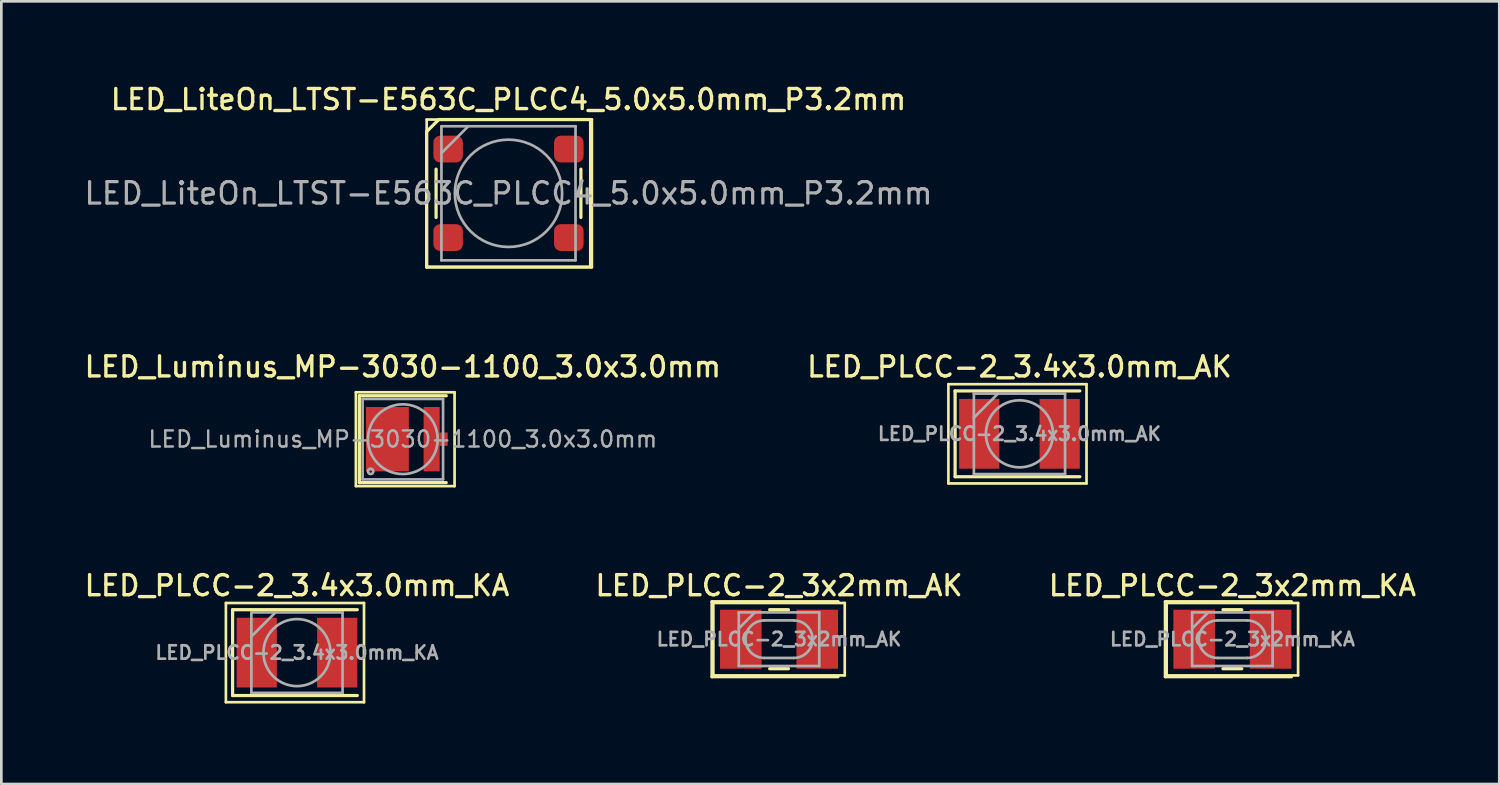
<source format=kicad_pcb>
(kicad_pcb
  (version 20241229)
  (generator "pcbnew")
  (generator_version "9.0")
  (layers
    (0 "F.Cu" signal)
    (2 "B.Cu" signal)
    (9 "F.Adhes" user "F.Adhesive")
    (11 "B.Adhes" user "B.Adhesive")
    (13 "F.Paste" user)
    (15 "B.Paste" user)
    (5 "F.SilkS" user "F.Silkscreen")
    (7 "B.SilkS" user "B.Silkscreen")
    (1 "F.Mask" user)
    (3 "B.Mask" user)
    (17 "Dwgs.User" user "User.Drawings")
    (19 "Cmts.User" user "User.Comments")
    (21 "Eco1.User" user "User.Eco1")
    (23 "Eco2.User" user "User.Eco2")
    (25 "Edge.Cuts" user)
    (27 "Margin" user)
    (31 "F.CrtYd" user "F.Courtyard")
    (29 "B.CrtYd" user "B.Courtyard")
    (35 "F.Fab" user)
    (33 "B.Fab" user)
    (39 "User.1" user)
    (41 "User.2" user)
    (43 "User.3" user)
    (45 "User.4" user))
  (footprint "LED_PLCC-2_3.4x3.0mm_KA"
    (layer "F.Cu")
    (at 8.023 21.284)
    (property "Reference" "LED_PLCC-2_3.4x3.0mm_KA" (at 0 -2.5 0) (layer "F.SilkS") (effects (font (size 0.75 0.75) (thickness 0.125))))
    (attr smd)
    (fp_line (start -2.65 -1.85) (end 2.5 -1.85) (stroke (width 0.1) (type solid)) (layer "F.SilkS"))
    (fp_line (start -2.65 1.85) (end -2.65 -1.85) (stroke (width 0.1) (type solid)) (layer "F.SilkS"))
    (fp_line (start -2.4 -1.6) (end -2.4 1.6) (stroke (width 0.12) (type solid)) (layer "F.SilkS"))
    (fp_line (start 2.25 -1.6) (end -2.4 -1.6) (stroke (width 0.12) (type solid)) (layer "F.SilkS"))
    (fp_line (start 2.25 1.6) (end -2.4 1.6) (stroke (width 0.12) (type solid)) (layer "F.SilkS"))
    (fp_line (start 2.5 -1.85) (end 2.5 1.85) (stroke (width 0.1) (type solid)) (layer "F.SilkS"))
    (fp_line (start 2.5 1.85) (end -2.65 1.85) (stroke (width 0.1) (type solid)) (layer "F.SilkS"))
    (fp_line (start -1.7 -1.5) (end -1.7 1.5) (stroke (width 0.1) (type solid)) (layer "F.Fab"))
    (fp_line (start -1.7 -0.6) (end -0.8 -1.5) (stroke (width 0.1) (type solid)) (layer "F.Fab"))
    (fp_line (start -1.7 1.5) (end 1.7 1.5) (stroke (width 0.1) (type solid)) (layer "F.Fab"))
    (fp_line (start 1.7 -1.5) (end -1.7 -1.5) (stroke (width 0.1) (type solid)) (layer "F.Fab"))
    (fp_line (start 1.7 1.5) (end 1.7 -1.5) (stroke (width 0.1) (type solid)) (layer "F.Fab"))
    (fp_circle (center 0 0) (end 0 -1.25) (stroke (width 0.1) (type solid)) (fill no) (layer "F.Fab"))
    (fp_text user "${REFERENCE}" (at 0 0 0) (layer "F.Fab") (effects (font (size 0.5 0.5) (thickness 0.1))))
    (pad "1" smd rect (at -1.5 0) (size 1.5 2.6) (layers "F.Cu" "F.Mask" "F.Paste"))
    (pad "2" smd rect (at 1.5 0) (size 1.5 2.6) (layers "F.Cu" "F.Mask" "F.Paste")))
  (footprint "LED_PLCC-2_3x2mm_KA"
    (layer "F.Cu")
    (at 42.902 20.784)
    (property "Reference" "LED_PLCC-2_3x2mm_KA" (at 0 -2 0) (layer "F.SilkS") (effects (font (size 0.75 0.75) (thickness 0.125))))
    (attr smd)
    (fp_line (start -2.5 -1.4) (end -2.5 1.4) (stroke (width 0.12) (type solid)) (layer "F.SilkS"))
    (fp_line (start -2.5 1.4) (end 2.2 1.4) (stroke (width 0.12) (type solid)) (layer "F.SilkS"))
    (fp_line (start -2.45 -1.35) (end 2.45 -1.35) (stroke (width 0.1) (type solid)) (layer "F.SilkS"))
    (fp_line (start -2.45 1.35) (end -2.45 -1.35) (stroke (width 0.1) (type solid)) (layer "F.SilkS"))
    (fp_line (start 0.35 -1.1) (end -0.35 -1.1) (stroke (width 0.12) (type solid)) (layer "F.SilkS"))
    (fp_line (start 0.35 1.1) (end -0.35 1.1) (stroke (width 0.12) (type solid)) (layer "F.SilkS"))
    (fp_line (start 2.2 -1.4) (end -2.5 -1.4) (stroke (width 0.12) (type solid)) (layer "F.SilkS"))
    (fp_line (start 2.45 -1.35) (end 2.45 1.35) (stroke (width 0.1) (type solid)) (layer "F.SilkS"))
    (fp_line (start 2.45 1.35) (end -2.45 1.35) (stroke (width 0.1) (type solid)) (layer "F.SilkS"))
    (fp_line (start -1.5 -1) (end -1.5 1) (stroke (width 0.1) (type solid)) (layer "F.Fab"))
    (fp_line (start -1.5 -0.4) (end -0.9 -1) (stroke (width 0.1) (type solid)) (layer "F.Fab"))
    (fp_line (start -1.5 1) (end 1.5 1) (stroke (width 0.1) (type solid)) (layer "F.Fab"))
    (fp_line (start -0.55 -0.7) (end 0.55 -0.7) (stroke (width 0.1) (type solid)) (layer "F.Fab"))
    (fp_line (start -0.55 0.7) (end 0.55 0.7) (stroke (width 0.1) (type solid)) (layer "F.Fab"))
    (fp_line (start 1.5 -1) (end -1.5 -1) (stroke (width 0.1) (type solid)) (layer "F.Fab"))
    (fp_line (start 1.5 1) (end 1.5 -1) (stroke (width 0.1) (type solid)) (layer "F.Fab"))
    (fp_arc (start -0.55 0.7) (mid -1.25 0) (end -0.55 -0.7) (stroke (width 0.1) (type solid)) (layer "F.Fab"))
    (fp_arc (start 0.55 -0.7) (mid 1.25 0) (end 0.55 0.7) (stroke (width 0.1) (type solid)) (layer "F.Fab"))
    (fp_text user "${REFERENCE}" (at 0 0 0) (layer "F.Fab") (effects (font (size 0.5 0.5) (thickness 0.1))))
    (pad "1" smd rect (at -1.425 0) (size 1.55 2.2) (layers "F.Cu" "F.Mask" "F.Paste"))
    (pad "2" smd rect (at 1.425 0) (size 1.55 2.2) (layers "F.Cu" "F.Mask" "F.Paste")))
  (footprint "LED_Luminus_MP-3030-1100_3.0x3.0mm"
    (layer "F.Cu")
    (at 11.97 13.326)
    (property "Reference" "LED_Luminus_MP-3030-1100_3.0x3.0mm" (at 0 -2.7 0) (layer "F.SilkS") (effects (font (size 0.75 0.75) (thickness 0.125))))
    (attr smd)
    (fp_line (start -1.75 -1.75) (end 1.93 -1.75) (stroke (width 0.1) (type solid)) (layer "F.SilkS"))
    (fp_line (start -1.75 1.75) (end -1.75 -1.75) (stroke (width 0.1) (type solid)) (layer "F.SilkS"))
    (fp_line (start -1.62 -1.62) (end -1.62 1.62) (stroke (width 0.12) (type solid)) (layer "F.SilkS"))
    (fp_line (start -1.62 -1.62) (end 1.62 -1.62) (stroke (width 0.12) (type solid)) (layer "F.SilkS"))
    (fp_line (start -1.62 1.62) (end 1.62 1.62) (stroke (width 0.12) (type solid)) (layer "F.SilkS"))
    (fp_line (start 1.93 -1.75) (end 1.93 1.75) (stroke (width 0.1) (type solid)) (layer "F.SilkS"))
    (fp_line (start 1.93 1.75) (end -1.75 1.75) (stroke (width 0.1) (type solid)) (layer "F.SilkS"))
    (fp_line (start -1.5 -1.5) (end 1.5 -1.5) (stroke (width 0.1) (type solid)) (layer "F.Fab"))
    (fp_line (start -1.5 1.5) (end -1.5 -1.5) (stroke (width 0.1) (type solid)) (layer "F.Fab"))
    (fp_line (start 1.5 -1.5) (end 1.5 1.5) (stroke (width 0.1) (type solid)) (layer "F.Fab"))
    (fp_line (start 1.5 1.5) (end -1.5 1.5) (stroke (width 0.1) (type solid)) (layer "F.Fab"))
    (fp_circle (center -1.2 1.2) (end -1.1 1.2) (stroke (width 0.1) (type solid)) (fill no) (layer "F.Fab"))
    (fp_circle (center 0 0) (end 1.3 0) (stroke (width 0.1) (type solid)) (fill no) (layer "F.Fab"))
    (fp_text user "${REFERENCE}" (at 0 0 0) (layer "F.Fab") (effects (font (size 0.6 0.6) (thickness 0.09))))
    (pad "" smd rect (at -0.575 0) (size 1.3 1.9) (layers "F.Paste"))
    (pad "" smd rect (at 1.075 0) (size 0.4 1.9) (layers "F.Paste"))
    (pad "1" smd rect (at -0.575 0) (size 1.6 2.4) (layers "F.Cu" "F.Mask"))
    (pad "2" smd rect (at 1.075 0) (size 0.6 2.4) (layers "F.Cu" "F.Mask"))
    (pad "2" smd rect (at 1.375 0) (size 0.6 0.5) (layers "F.Cu" "F.Mask")))
  (footprint "LED_LiteOn_LTST-E563C_PLCC4_5.0x5.0mm_P3.2mm"
    (layer "F.Cu")
    (at 15.91 4.158)
    (property "Reference" "LED_LiteOn_LTST-E563C_PLCC4_5.0x5.0mm_P3.2mm" (at 0 -3.5 0) (layer "F.SilkS") (effects (font (size 0.75 0.75) (thickness 0.125))))
    (attr smd)
    (fp_line (start -3.05 -2.75) (end -3.05 2.75) (stroke (width 0.1) (type solid)) (layer "F.SilkS"))
    (fp_line (start -3.05 -2.3) (end -3.05 2.75) (stroke (width 0.12) (type default)) (layer "F.SilkS"))
    (fp_line (start -3.05 2.75) (end 3.05 2.75) (stroke (width 0.1) (type solid)) (layer "F.SilkS"))
    (fp_line (start -2.7 -0.9) (end -2.7 0.9) (stroke (width 0.12) (type default)) (layer "F.SilkS"))
    (fp_line (start -2.6 -2.75) (end -3.05 -2.3) (stroke (width 0.12) (type default)) (layer "F.SilkS"))
    (fp_line (start 2.7 -0.9) (end 2.7 0.9) (stroke (width 0.12) (type default)) (layer "F.SilkS"))
    (fp_line (start 3.05 -2.75) (end -3.05 -2.75) (stroke (width 0.1) (type solid)) (layer "F.SilkS"))
    (fp_line (start 3.05 2.75) (end 3.05 -2.75) (stroke (width 0.1) (type solid)) (layer "F.SilkS"))
    (fp_line (start 3.1 -2.75) (end -2.6 -2.75) (stroke (width 0.12) (type solid)) (layer "F.SilkS"))
    (fp_line (start 3.1 2.75) (end -3.05 2.75) (stroke (width 0.12) (type solid)) (layer "F.SilkS"))
    (fp_line (start 3.1 2.75) (end 3.1 -2.75) (stroke (width 0.12) (type default)) (layer "F.SilkS"))
    (fp_line (start -2.5 -2.5) (end -2.5 2.5) (stroke (width 0.1) (type solid)) (layer "F.Fab"))
    (fp_line (start -2.5 -1.5) (end -1.5 -2.5) (stroke (width 0.1) (type solid)) (layer "F.Fab"))
    (fp_line (start -2.5 2.5) (end 2.5 2.5) (stroke (width 0.1) (type solid)) (layer "F.Fab"))
    (fp_line (start 2.5 -2.5) (end -2.5 -2.5) (stroke (width 0.1) (type solid)) (layer "F.Fab"))
    (fp_line (start 2.5 2.5) (end 2.5 -2.5) (stroke (width 0.1) (type solid)) (layer "F.Fab"))
    (fp_circle (center 0 0) (end 0 2) (stroke (width 0.1) (type solid)) (fill no) (layer "F.Fab"))
    (fp_text user "${REFERENCE}" (at 0 0 0) (layer "F.Fab") (effects (font (size 0.8 0.8) (thickness 0.12))))
    (pad "1" smd roundrect (at -2.25 -1.65) (size 1.1 1) (layers "F.Cu" "F.Mask" "F.Paste") (roundrect_rratio 0.25))
    (pad "2" smd roundrect (at -2.25 1.65) (size 1.1 1) (layers "F.Cu" "F.Mask" "F.Paste") (roundrect_rratio 0.25))
    (pad "3" smd roundrect (at 2.25 -1.65) (size 1.1 1) (layers "F.Cu" "F.Mask" "F.Paste") (roundrect_rratio 0.25))
    (pad "4" smd roundrect (at 2.25 1.65) (size 1.1 1) (layers "F.Cu" "F.Mask" "F.Paste") (roundrect_rratio 0.25)))
  (footprint "LED_PLCC-2_3.4x3.0mm_AK"
    (layer "F.Cu")
    (at 34.963 13.126)
    (property "Reference" "LED_PLCC-2_3.4x3.0mm_AK" (at 0 -2.5 0) (layer "F.SilkS") (effects (font (size 0.75 0.75) (thickness 0.125))))
    (attr smd)
    (fp_line (start -2.65 -1.85) (end 2.5 -1.85) (stroke (width 0.1) (type solid)) (layer "F.SilkS"))
    (fp_line (start -2.65 1.85) (end -2.65 -1.85) (stroke (width 0.1) (type solid)) (layer "F.SilkS"))
    (fp_line (start -2.4 -1.6) (end -2.4 1.6) (stroke (width 0.12) (type solid)) (layer "F.SilkS"))
    (fp_line (start 2.25 -1.6) (end -2.4 -1.6) (stroke (width 0.12) (type solid)) (layer "F.SilkS"))
    (fp_line (start 2.25 1.6) (end -2.4 1.6) (stroke (width 0.12) (type solid)) (layer "F.SilkS"))
    (fp_line (start 2.5 -1.85) (end 2.5 1.85) (stroke (width 0.1) (type solid)) (layer "F.SilkS"))
    (fp_line (start 2.5 1.85) (end -2.65 1.85) (stroke (width 0.1) (type solid)) (layer "F.SilkS"))
    (fp_line (start -1.7 -1.5) (end -1.7 1.5) (stroke (width 0.1) (type solid)) (layer "F.Fab"))
    (fp_line (start -1.7 -0.6) (end -0.8 -1.5) (stroke (width 0.1) (type solid)) (layer "F.Fab"))
    (fp_line (start -1.7 1.5) (end 1.7 1.5) (stroke (width 0.1) (type solid)) (layer "F.Fab"))
    (fp_line (start 1.7 -1.5) (end -1.7 -1.5) (stroke (width 0.1) (type solid)) (layer "F.Fab"))
    (fp_line (start 1.7 1.5) (end 1.7 -1.5) (stroke (width 0.1) (type solid)) (layer "F.Fab"))
    (fp_circle (center 0 0) (end 0 -1.25) (stroke (width 0.1) (type solid)) (fill no) (layer "F.Fab"))
    (fp_text user "${REFERENCE}" (at 0 0 0) (layer "F.Fab") (effects (font (size 0.5 0.5) (thickness 0.1))))
    (pad "1" smd rect (at 1.5 0) (size 1.5 2.6) (layers "F.Cu" "F.Mask" "F.Paste"))
    (pad "2" smd rect (at -1.5 0) (size 1.5 2.6) (layers "F.Cu" "F.Mask" "F.Paste")))
  (footprint "LED_PLCC-2_3x2mm_AK"
    (layer "F.Cu")
    (at 25.998 20.784)
    (property "Reference" "LED_PLCC-2_3x2mm_AK" (at 0 -2 0) (layer "F.SilkS") (effects (font (size 0.75 0.75) (thickness 0.125))))
    (attr smd)
    (fp_line (start -2.5 -1.4) (end -2.5 1.4) (stroke (width 0.12) (type solid)) (layer "F.SilkS"))
    (fp_line (start -2.5 1.4) (end 2.2 1.4) (stroke (width 0.12) (type solid)) (layer "F.SilkS"))
    (fp_line (start -2.45 -1.35) (end 2.45 -1.35) (stroke (width 0.1) (type solid)) (layer "F.SilkS"))
    (fp_line (start -2.45 1.35) (end -2.45 -1.35) (stroke (width 0.1) (type solid)) (layer "F.SilkS"))
    (fp_line (start 0.35 -1.1) (end -0.35 -1.1) (stroke (width 0.12) (type solid)) (layer "F.SilkS"))
    (fp_line (start 0.35 1.1) (end -0.35 1.1) (stroke (width 0.12) (type solid)) (layer "F.SilkS"))
    (fp_line (start 2.2 -1.4) (end -2.5 -1.4) (stroke (width 0.12) (type solid)) (layer "F.SilkS"))
    (fp_line (start 2.45 -1.35) (end 2.45 1.35) (stroke (width 0.1) (type solid)) (layer "F.SilkS"))
    (fp_line (start 2.45 1.35) (end -2.45 1.35) (stroke (width 0.1) (type solid)) (layer "F.SilkS"))
    (fp_line (start -1.5 -1) (end -1.5 1) (stroke (width 0.1) (type solid)) (layer "F.Fab"))
    (fp_line (start -1.5 -0.4) (end -0.9 -1) (stroke (width 0.1) (type solid)) (layer "F.Fab"))
    (fp_line (start -1.5 1) (end 1.5 1) (stroke (width 0.1) (type solid)) (layer "F.Fab"))
    (fp_line (start -0.55 -0.7) (end 0.55 -0.7) (stroke (width 0.1) (type solid)) (layer "F.Fab"))
    (fp_line (start -0.55 0.7) (end 0.55 0.7) (stroke (width 0.1) (type solid)) (layer "F.Fab"))
    (fp_line (start 1.5 -1) (end -1.5 -1) (stroke (width 0.1) (type solid)) (layer "F.Fab"))
    (fp_line (start 1.5 1) (end 1.5 -1) (stroke (width 0.1) (type solid)) (layer "F.Fab"))
    (fp_arc (start -0.55 0.7) (mid -1.25 0) (end -0.55 -0.7) (stroke (width 0.1) (type solid)) (layer "F.Fab"))
    (fp_arc (start 0.55 -0.7) (mid 1.25 0) (end 0.55 0.7) (stroke (width 0.1) (type solid)) (layer "F.Fab"))
    (fp_text user "${REFERENCE}" (at 0 0 0) (layer "F.Fab") (effects (font (size 0.5 0.5) (thickness 0.1))))
    (pad "1" smd rect (at 1.425 0) (size 1.55 2.2) (layers "F.Cu" "F.Mask" "F.Paste"))
    (pad "2" smd rect (at -1.425 0) (size 1.55 2.2) (layers "F.Cu" "F.Mask" "F.Paste")))
  (gr_rect
    (start -3 -3)
    (end 52.854 26.184)
    (stroke (width 0.1) (type default))
    (fill no)
    (layer "Edge.Cuts")))
</source>
